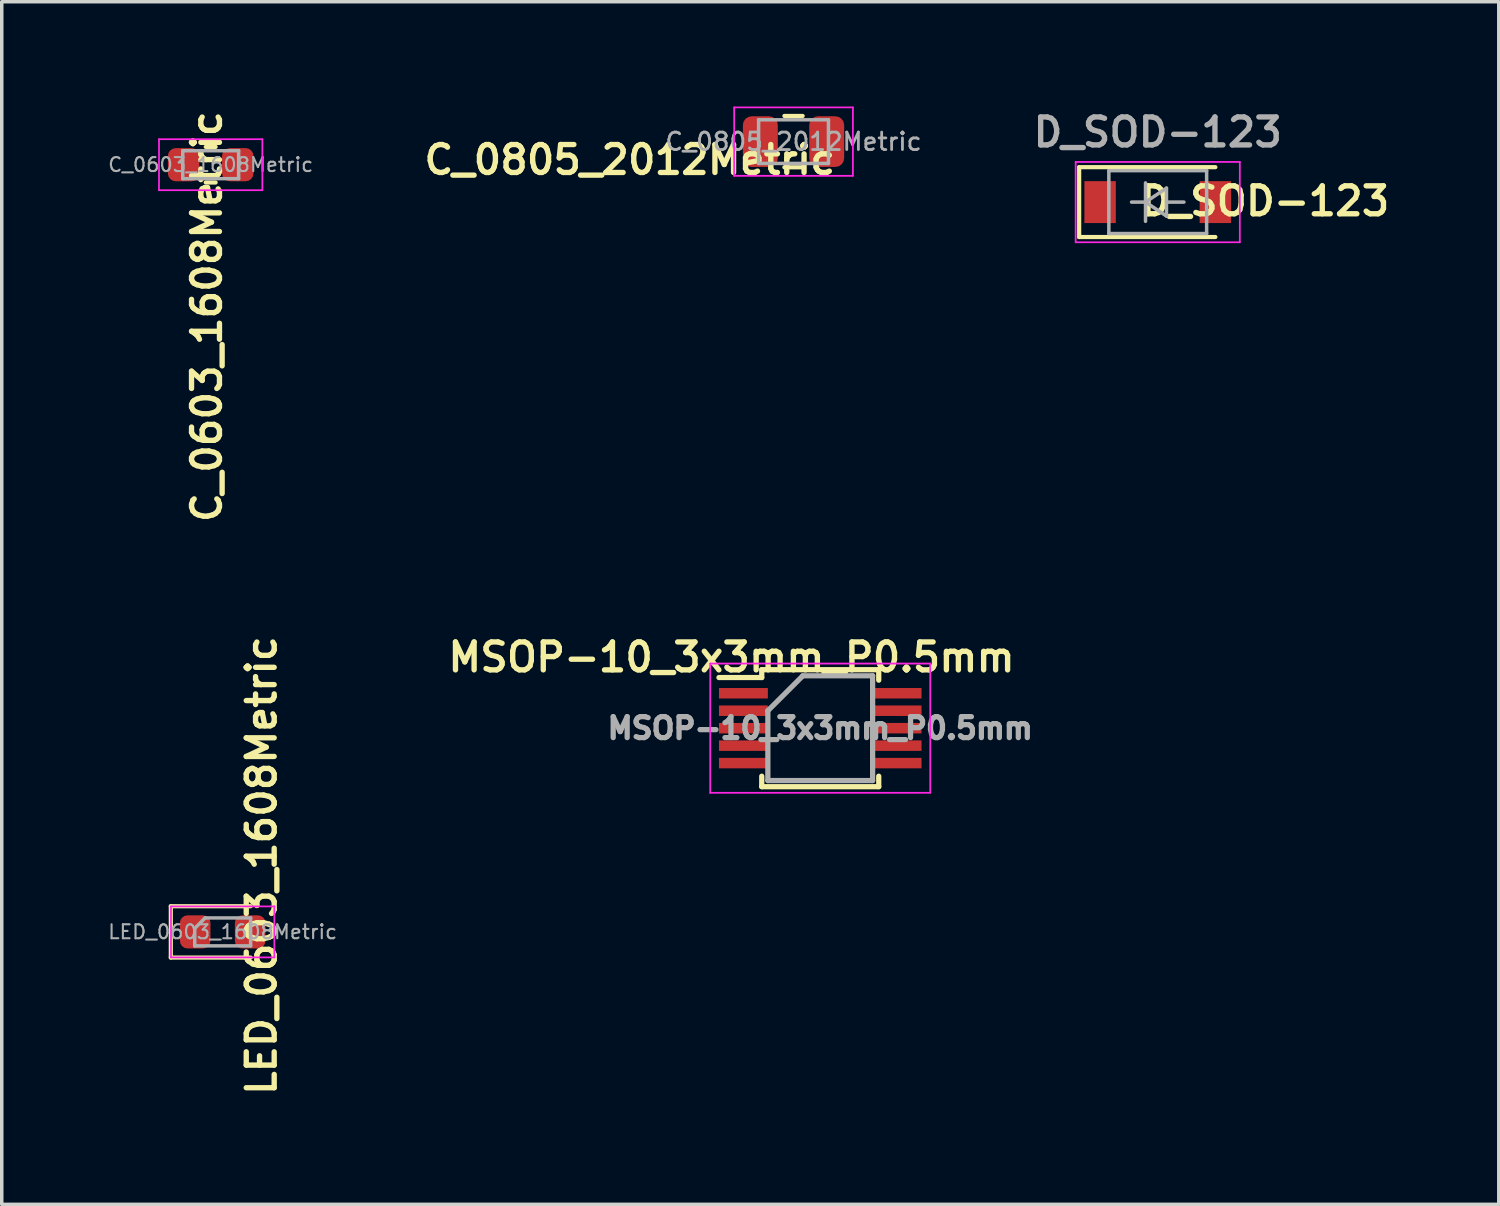
<source format=kicad_pcb>
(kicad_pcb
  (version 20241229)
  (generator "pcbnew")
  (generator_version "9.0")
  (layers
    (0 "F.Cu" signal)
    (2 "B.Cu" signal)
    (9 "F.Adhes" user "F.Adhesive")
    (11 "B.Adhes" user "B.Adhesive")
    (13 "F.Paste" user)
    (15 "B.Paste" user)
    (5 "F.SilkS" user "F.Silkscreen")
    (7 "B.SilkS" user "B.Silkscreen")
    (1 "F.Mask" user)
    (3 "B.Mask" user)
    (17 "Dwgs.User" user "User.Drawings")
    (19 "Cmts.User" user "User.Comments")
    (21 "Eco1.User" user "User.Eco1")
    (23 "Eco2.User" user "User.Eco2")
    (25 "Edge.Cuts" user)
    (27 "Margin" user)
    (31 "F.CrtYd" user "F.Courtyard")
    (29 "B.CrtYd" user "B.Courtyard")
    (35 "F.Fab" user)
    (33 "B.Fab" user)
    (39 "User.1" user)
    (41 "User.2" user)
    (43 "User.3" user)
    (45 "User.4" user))
  (footprint "D_SOD-123"
    (layer "F.Cu")
    (at 30.101 2.737)
    (property "Reference" "D_SOD-123" (at 3.073 -0.028 180) (layer "F.SilkS") (effects (font (size 0.8 0.8) (thickness 0.153))))
    (attr smd)
    (fp_line (start -2.25 -1) (end -2.25 1) (stroke (width 0.12) (type solid)) (layer "F.SilkS"))
    (fp_line (start -2.25 -1) (end 1.65 -1) (stroke (width 0.12) (type solid)) (layer "F.SilkS"))
    (fp_line (start -2.25 1) (end 1.65 1) (stroke (width 0.12) (type solid)) (layer "F.SilkS"))
    (fp_line (start -2.35 -1.15) (end -2.35 1.15) (stroke (width 0.05) (type solid)) (layer "F.CrtYd"))
    (fp_line (start -2.35 -1.15) (end 2.35 -1.15) (stroke (width 0.05) (type solid)) (layer "F.CrtYd"))
    (fp_line (start 2.35 -1.15) (end 2.35 1.15) (stroke (width 0.05) (type solid)) (layer "F.CrtYd"))
    (fp_line (start 2.35 1.15) (end -2.35 1.15) (stroke (width 0.05) (type solid)) (layer "F.CrtYd"))
    (fp_line (start -1.4 -0.9) (end 1.4 -0.9) (stroke (width 0.1) (type solid)) (layer "F.Fab"))
    (fp_line (start -1.4 0.9) (end -1.4 -0.9) (stroke (width 0.1) (type solid)) (layer "F.Fab"))
    (fp_line (start -0.75 0) (end -0.35 0) (stroke (width 0.1) (type solid)) (layer "F.Fab"))
    (fp_line (start -0.35 0) (end -0.35 -0.55) (stroke (width 0.1) (type solid)) (layer "F.Fab"))
    (fp_line (start -0.35 0) (end -0.35 0.55) (stroke (width 0.1) (type solid)) (layer "F.Fab"))
    (fp_line (start -0.35 0) (end 0.25 -0.4) (stroke (width 0.1) (type solid)) (layer "F.Fab"))
    (fp_line (start 0.25 -0.4) (end 0.25 0.4) (stroke (width 0.1) (type solid)) (layer "F.Fab"))
    (fp_line (start 0.25 0) (end 0.75 0) (stroke (width 0.1) (type solid)) (layer "F.Fab"))
    (fp_line (start 0.25 0.4) (end -0.35 0) (stroke (width 0.1) (type solid)) (layer "F.Fab"))
    (fp_line (start 1.4 -0.9) (end 1.4 0.9) (stroke (width 0.1) (type solid)) (layer "F.Fab"))
    (fp_line (start 1.4 0.9) (end -1.4 0.9) (stroke (width 0.1) (type solid)) (layer "F.Fab"))
    (fp_text user "${REFERENCE}" (at 0 -2 180) (layer "F.Fab") (effects (font (size 0.8 0.8) (thickness 0.153))))
    (pad "1" smd rect (at -1.65 0) (size 0.9 1.2) (layers "F.Cu" "F.Mask" "F.Paste"))
    (pad "2" smd rect (at 1.65 0) (size 0.9 1.2) (layers "F.Cu" "F.Mask" "F.Paste")))
  (footprint "C_0805_2012Metric"
    (layer "F.Cu")
    (at 19.672 1.005)
    (property "Reference" "C_0805_2012Metric" (at -4.689 0.521 180) (layer "F.SilkS") (effects (font (size 0.8 0.8) (thickness 0.153))))
    (attr smd)
    (fp_line (start -0.261 -0.735) (end 0.261 -0.735) (stroke (width 0.12) (type solid)) (layer "F.SilkS"))
    (fp_line (start -0.261 0.735) (end 0.261 0.735) (stroke (width 0.12) (type solid)) (layer "F.SilkS"))
    (fp_line (start -1.7 -0.98) (end 1.7 -0.98) (stroke (width 0.05) (type solid)) (layer "F.CrtYd"))
    (fp_line (start -1.7 0.98) (end -1.7 -0.98) (stroke (width 0.05) (type solid)) (layer "F.CrtYd"))
    (fp_line (start 1.7 -0.98) (end 1.7 0.98) (stroke (width 0.05) (type solid)) (layer "F.CrtYd"))
    (fp_line (start 1.7 0.98) (end -1.7 0.98) (stroke (width 0.05) (type solid)) (layer "F.CrtYd"))
    (fp_line (start -1 -0.625) (end 1 -0.625) (stroke (width 0.1) (type solid)) (layer "F.Fab"))
    (fp_line (start -1 0.625) (end -1 -0.625) (stroke (width 0.1) (type solid)) (layer "F.Fab"))
    (fp_line (start 1 -0.625) (end 1 0.625) (stroke (width 0.1) (type solid)) (layer "F.Fab"))
    (fp_line (start 1 0.625) (end -1 0.625) (stroke (width 0.1) (type solid)) (layer "F.Fab"))
    (fp_text user "${REFERENCE}" (at 0 0 180) (layer "F.Fab") (effects (font (size 0.5 0.5) (thickness 0.08))))
    (pad "1" smd roundrect (at -0.95 0) (size 1 1.45) (layers "F.Cu" "F.Mask" "F.Paste") (roundrect_rratio 0.25))
    (pad "2" smd roundrect (at 0.95 0) (size 1 1.45) (layers "F.Cu" "F.Mask" "F.Paste") (roundrect_rratio 0.25)))
  (footprint "LED_0603_1608Metric"
    (layer "F.Cu")
    (at 3.326 23.634)
    (property "Reference" "LED_0603_1608Metric" (at 1.113 -1.9 90) (layer "F.SilkS") (effects (font (size 0.8 0.8) (thickness 0.153))))
    (attr smd)
    (fp_line (start -1.485 -0.735) (end -1.485 0.735) (stroke (width 0.12) (type solid)) (layer "F.SilkS"))
    (fp_line (start -1.485 0.735) (end 0.8 0.735) (stroke (width 0.12) (type solid)) (layer "F.SilkS"))
    (fp_line (start 0.8 -0.735) (end -1.485 -0.735) (stroke (width 0.12) (type solid)) (layer "F.SilkS"))
    (fp_line (start -1.48 -0.73) (end 1.48 -0.73) (stroke (width 0.05) (type solid)) (layer "F.CrtYd"))
    (fp_line (start -1.48 0.73) (end -1.48 -0.73) (stroke (width 0.05) (type solid)) (layer "F.CrtYd"))
    (fp_line (start 1.48 -0.73) (end 1.48 0.73) (stroke (width 0.05) (type solid)) (layer "F.CrtYd"))
    (fp_line (start 1.48 0.73) (end -1.48 0.73) (stroke (width 0.05) (type solid)) (layer "F.CrtYd"))
    (fp_line (start -0.8 -0.1) (end -0.8 0.4) (stroke (width 0.1) (type solid)) (layer "F.Fab"))
    (fp_line (start -0.8 0.4) (end 0.8 0.4) (stroke (width 0.1) (type solid)) (layer "F.Fab"))
    (fp_line (start -0.5 -0.4) (end -0.8 -0.1) (stroke (width 0.1) (type solid)) (layer "F.Fab"))
    (fp_line (start 0.8 -0.4) (end -0.5 -0.4) (stroke (width 0.1) (type solid)) (layer "F.Fab"))
    (fp_line (start 0.8 0.4) (end 0.8 -0.4) (stroke (width 0.1) (type solid)) (layer "F.Fab"))
    (fp_text user "${REFERENCE}" (at 0 0 0) (layer "F.Fab") (effects (font (size 0.4 0.4) (thickness 0.06))))
    (pad "1" smd roundrect (at -0.787 0) (size 0.875 0.95) (layers "F.Cu" "F.Mask" "F.Paste") (roundrect_rratio 0.25))
    (pad "2" smd roundrect (at 0.787 0) (size 0.875 0.95) (layers "F.Cu" "F.Mask" "F.Paste") (roundrect_rratio 0.25)))
  (footprint "MSOP-10_3x3mm_P0.5mm"
    (layer "F.Cu")
    (at 20.437 17.801)
    (property "Reference" "MSOP-10_3x3mm_P0.5mm" (at -2.54 -2.032 0) (layer "F.SilkS") (effects (font (size 0.8 0.8) (thickness 0.153))))
    (attr smd)
    (fp_line (start -1.675 -1.675) (end -1.675 -1.45) (stroke (width 0.15) (type solid)) (layer "F.SilkS"))
    (fp_line (start -1.675 -1.675) (end 1.675 -1.675) (stroke (width 0.15) (type solid)) (layer "F.SilkS"))
    (fp_line (start -1.675 -1.45) (end -2.9 -1.45) (stroke (width 0.15) (type solid)) (layer "F.SilkS"))
    (fp_line (start -1.675 1.675) (end -1.675 1.375) (stroke (width 0.15) (type solid)) (layer "F.SilkS"))
    (fp_line (start -1.675 1.675) (end 1.675 1.675) (stroke (width 0.15) (type solid)) (layer "F.SilkS"))
    (fp_line (start 1.675 -1.675) (end 1.675 -1.375) (stroke (width 0.15) (type solid)) (layer "F.SilkS"))
    (fp_line (start 1.675 1.675) (end 1.675 1.375) (stroke (width 0.15) (type solid)) (layer "F.SilkS"))
    (fp_line (start -3.15 -1.85) (end -3.15 1.85) (stroke (width 0.05) (type solid)) (layer "F.CrtYd"))
    (fp_line (start -3.15 -1.85) (end 3.15 -1.85) (stroke (width 0.05) (type solid)) (layer "F.CrtYd"))
    (fp_line (start -3.15 1.85) (end 3.15 1.85) (stroke (width 0.05) (type solid)) (layer "F.CrtYd"))
    (fp_line (start 3.15 -1.85) (end 3.15 1.85) (stroke (width 0.05) (type solid)) (layer "F.CrtYd"))
    (fp_line (start -1.5 -0.5) (end -0.5 -1.5) (stroke (width 0.15) (type solid)) (layer "F.Fab"))
    (fp_line (start -1.5 1.5) (end -1.5 -0.5) (stroke (width 0.15) (type solid)) (layer "F.Fab"))
    (fp_line (start -0.5 -1.5) (end 1.5 -1.5) (stroke (width 0.15) (type solid)) (layer "F.Fab"))
    (fp_line (start 1.5 -1.5) (end 1.5 1.5) (stroke (width 0.15) (type solid)) (layer "F.Fab"))
    (fp_line (start 1.5 1.5) (end -1.5 1.5) (stroke (width 0.15) (type solid)) (layer "F.Fab"))
    (fp_text user "${REFERENCE}" (at 0 0 0) (layer "F.Fab") (effects (font (size 0.6 0.6) (thickness 0.15))))
    (pad "1" smd rect (at -2.2 -1) (size 1.4 0.3) (layers "F.Cu" "F.Mask" "F.Paste"))
    (pad "2" smd rect (at -2.2 -0.5) (size 1.4 0.3) (layers "F.Cu" "F.Mask" "F.Paste"))
    (pad "3" smd rect (at -2.2 0) (size 1.4 0.3) (layers "F.Cu" "F.Mask" "F.Paste"))
    (pad "4" smd rect (at -2.2 0.5) (size 1.4 0.3) (layers "F.Cu" "F.Mask" "F.Paste"))
    (pad "5" smd rect (at -2.2 1) (size 1.4 0.3) (layers "F.Cu" "F.Mask" "F.Paste"))
    (pad "6" smd rect (at 2.2 1) (size 1.4 0.3) (layers "F.Cu" "F.Mask" "F.Paste"))
    (pad "7" smd rect (at 2.2 0.5) (size 1.4 0.3) (layers "F.Cu" "F.Mask" "F.Paste"))
    (pad "8" smd rect (at 2.2 0) (size 1.4 0.3) (layers "F.Cu" "F.Mask" "F.Paste"))
    (pad "9" smd rect (at 2.2 -0.5) (size 1.4 0.3) (layers "F.Cu" "F.Mask" "F.Paste"))
    (pad "10" smd rect (at 2.2 -1) (size 1.4 0.3) (layers "F.Cu" "F.Mask" "F.Paste")))
  (footprint "C_0603_1608Metric"
    (layer "F.Cu")
    (at 2.983 1.666)
    (property "Reference" "C_0603_1608Metric" (at -0.111 4.35 90) (layer "F.SilkS") (effects (font (size 0.8 0.8) (thickness 0.153))))
    (attr smd)
    (fp_line (start -0.141 -0.51) (end 0.141 -0.51) (stroke (width 0.12) (type solid)) (layer "F.SilkS"))
    (fp_line (start -0.141 0.51) (end 0.141 0.51) (stroke (width 0.12) (type solid)) (layer "F.SilkS"))
    (fp_line (start -1.48 -0.73) (end 1.48 -0.73) (stroke (width 0.05) (type solid)) (layer "F.CrtYd"))
    (fp_line (start -1.48 0.73) (end -1.48 -0.73) (stroke (width 0.05) (type solid)) (layer "F.CrtYd"))
    (fp_line (start 1.48 -0.73) (end 1.48 0.73) (stroke (width 0.05) (type solid)) (layer "F.CrtYd"))
    (fp_line (start 1.48 0.73) (end -1.48 0.73) (stroke (width 0.05) (type solid)) (layer "F.CrtYd"))
    (fp_line (start -0.8 -0.4) (end 0.8 -0.4) (stroke (width 0.1) (type solid)) (layer "F.Fab"))
    (fp_line (start -0.8 0.4) (end -0.8 -0.4) (stroke (width 0.1) (type solid)) (layer "F.Fab"))
    (fp_line (start 0.8 -0.4) (end 0.8 0.4) (stroke (width 0.1) (type solid)) (layer "F.Fab"))
    (fp_line (start 0.8 0.4) (end -0.8 0.4) (stroke (width 0.1) (type solid)) (layer "F.Fab"))
    (fp_text user "${REFERENCE}" (at 0 0 0) (layer "F.Fab") (effects (font (size 0.4 0.4) (thickness 0.06))))
    (pad "1" smd roundrect (at -0.775 0) (size 0.9 0.95) (layers "F.Cu" "F.Mask" "F.Paste") (roundrect_rratio 0.25))
    (pad "2" smd roundrect (at 0.775 0) (size 0.9 0.95) (layers "F.Cu" "F.Mask" "F.Paste") (roundrect_rratio 0.25)))
  (gr_rect
    (start -3 -3)
    (end 39.866 31.436)
    (stroke (width 0.1) (type default))
    (fill no)
    (layer "Edge.Cuts")))
</source>
